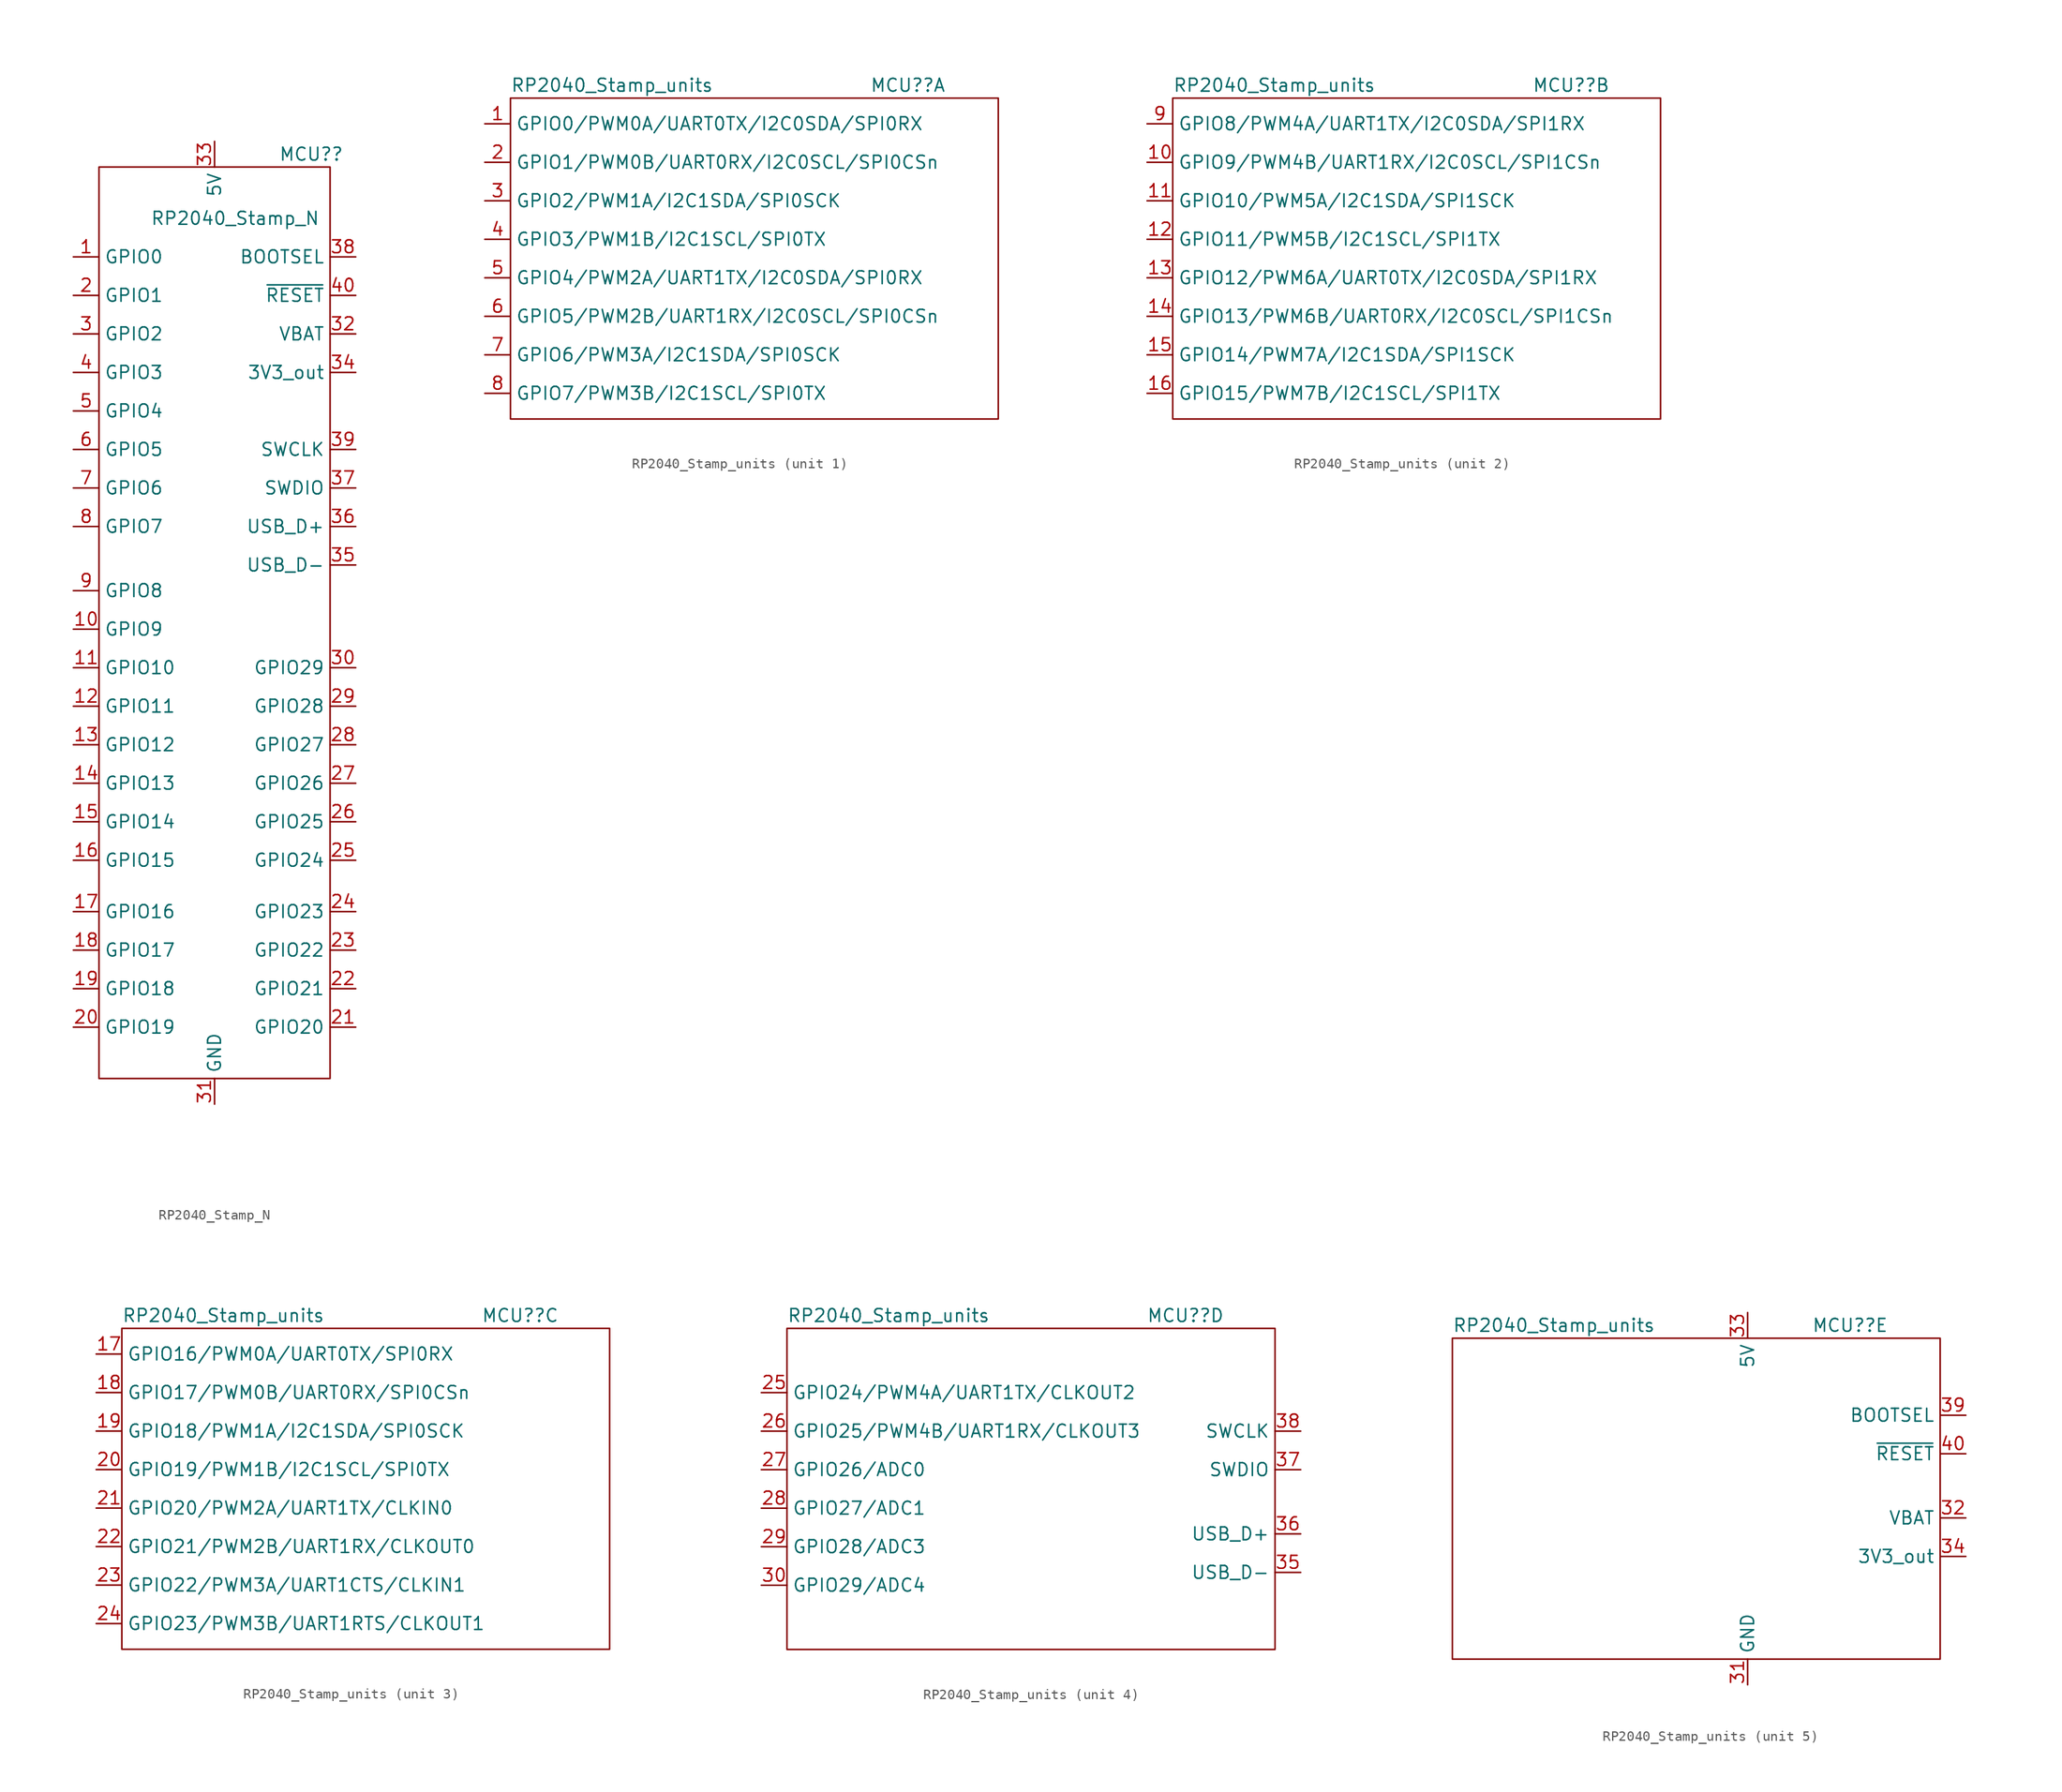
<source format=kicad_sym>
(kicad_symbol_lib
  (version 20201005)
  (generator kicad_symbol_editor)
  (symbol "SP_RP2040_Stamp:RP2040_Stamp_N"
    (property "Reference" "MCU?"
      (at 6.35 40.64 0)
      (effects (font (size 1.27 1.27)) (justify left)))
    (property "Value" "RP2040_Stamp_N"
      (at -6.35 34.29 0)
      (effects (font (size 1.27 1.27)) (justify left)))
    (symbol "RP2040_Stamp_N_0_1"
      (rectangle (start -11.43 39.37) (end 11.43 -50.8) (stroke (width 0.152)) (fill (type none))))
    (symbol "RP2040_Stamp_N_1_1"
      (pin bidirectional line (at -13.97 30.48 0) (length 2.54) (name "GPIO0" (effects (font (size 1.27 1.27)))) (number "1" (effects (font (size 1.27 1.27)))))
      (pin bidirectional line (at -13.97 -6.35 0) (length 2.54) (name "GPIO9" (effects (font (size 1.27 1.27)))) (number "10" (effects (font (size 1.27 1.27)))))
      (pin bidirectional line (at -13.97 -10.16 0) (length 2.54) (name "GPIO10" (effects (font (size 1.27 1.27)))) (number "11" (effects (font (size 1.27 1.27)))))
      (pin bidirectional line (at -13.97 -13.97 0) (length 2.54) (name "GPIO11" (effects (font (size 1.27 1.27)))) (number "12" (effects (font (size 1.27 1.27)))))
      (pin bidirectional line (at -13.97 -17.78 0) (length 2.54) (name "GPIO12" (effects (font (size 1.27 1.27)))) (number "13" (effects (font (size 1.27 1.27)))))
      (pin bidirectional line (at -13.97 -21.59 0) (length 2.54) (name "GPIO13" (effects (font (size 1.27 1.27)))) (number "14" (effects (font (size 1.27 1.27)))))
      (pin bidirectional line (at -13.97 -25.4 0) (length 2.54) (name "GPIO14" (effects (font (size 1.27 1.27)))) (number "15" (effects (font (size 1.27 1.27)))))
      (pin bidirectional line (at -13.97 -29.21 0) (length 2.54) (name "GPIO15" (effects (font (size 1.27 1.27)))) (number "16" (effects (font (size 1.27 1.27)))))
      (pin bidirectional line (at -13.97 -34.29 0) (length 2.54) (name "GPIO16" (effects (font (size 1.27 1.27)))) (number "17" (effects (font (size 1.27 1.27)))))
      (pin bidirectional line (at -13.97 -38.1 0) (length 2.54) (name "GPIO17" (effects (font (size 1.27 1.27)))) (number "18" (effects (font (size 1.27 1.27)))))
      (pin bidirectional line (at -13.97 -41.91 0) (length 2.54) (name "GPIO18" (effects (font (size 1.27 1.27)))) (number "19" (effects (font (size 1.27 1.27)))))
      (pin bidirectional line (at -13.97 26.67 0) (length 2.54) (name "GPIO1" (effects (font (size 1.27 1.27)))) (number "2" (effects (font (size 1.27 1.27)))))
      (pin bidirectional line (at -13.97 -45.72 0) (length 2.54) (name "GPIO19" (effects (font (size 1.27 1.27)))) (number "20" (effects (font (size 1.27 1.27)))))
      (pin bidirectional line (at 13.97 -45.72 180) (length 2.54) (name "GPIO20" (effects (font (size 1.27 1.27)))) (number "21" (effects (font (size 1.27 1.27)))))
      (pin bidirectional line (at 13.97 -41.91 180) (length 2.54) (name "GPIO21" (effects (font (size 1.27 1.27)))) (number "22" (effects (font (size 1.27 1.27)))))
      (pin bidirectional line (at 13.97 -38.1 180) (length 2.54) (name "GPIO22" (effects (font (size 1.27 1.27)))) (number "23" (effects (font (size 1.27 1.27)))))
      (pin bidirectional line (at 13.97 -34.29 180) (length 2.54) (name "GPIO23" (effects (font (size 1.27 1.27)))) (number "24" (effects (font (size 1.27 1.27)))))
      (pin bidirectional line (at 13.97 -29.21 180) (length 2.54) (name "GPIO24" (effects (font (size 1.27 1.27)))) (number "25" (effects (font (size 1.27 1.27)))))
      (pin bidirectional line (at 13.97 -25.4 180) (length 2.54) (name "GPIO25" (effects (font (size 1.27 1.27)))) (number "26" (effects (font (size 1.27 1.27)))))
      (pin bidirectional line (at 13.97 -21.59 180) (length 2.54) (name "GPIO26" (effects (font (size 1.27 1.27)))) (number "27" (effects (font (size 1.27 1.27)))))
      (pin bidirectional line (at 13.97 -17.78 180) (length 2.54) (name "GPIO27" (effects (font (size 1.27 1.27)))) (number "28" (effects (font (size 1.27 1.27)))))
      (pin bidirectional line (at 13.97 -13.97 180) (length 2.54) (name "GPIO28" (effects (font (size 1.27 1.27)))) (number "29" (effects (font (size 1.27 1.27)))))
      (pin bidirectional line (at -13.97 22.86 0) (length 2.54) (name "GPIO2" (effects (font (size 1.27 1.27)))) (number "3" (effects (font (size 1.27 1.27)))))
      (pin bidirectional line (at 13.97 -10.16 180) (length 2.54) (name "GPIO29" (effects (font (size 1.27 1.27)))) (number "30" (effects (font (size 1.27 1.27)))))
      (pin bidirectional line (at 0 -53.34 90) (length 2.54) (name "GND" (effects (font (size 1.27 1.27)))) (number "31" (effects (font (size 1.27 1.27)))))
      (pin power_in line (at 13.97 22.86 180) (length 2.54) (name "VBAT" (effects (font (size 1.27 1.27)))) (number "32" (effects (font (size 1.27 1.27)))))
      (pin power_in line (at 0 41.91 270) (length 2.54) (name "5V" (effects (font (size 1.27 1.27)))) (number "33" (effects (font (size 1.27 1.27)))))
      (pin power_out line (at 13.97 19.05 180) (length 2.54) (name "3V3_out" (effects (font (size 1.27 1.27)))) (number "34" (effects (font (size 1.27 1.27)))))
      (pin bidirectional line (at 13.97 0 180) (length 2.54) (name "USB_D-" (effects (font (size 1.27 1.27)))) (number "35" (effects (font (size 1.27 1.27)))))
      (pin bidirectional line (at 13.97 3.81 180) (length 2.54) (name "USB_D+" (effects (font (size 1.27 1.27)))) (number "36" (effects (font (size 1.27 1.27)))))
      (pin bidirectional line (at 13.97 7.62 180) (length 2.54) (name "SWDIO" (effects (font (size 1.27 1.27)))) (number "37" (effects (font (size 1.27 1.27)))))
      (pin input line (at 13.97 30.48 180) (length 2.54) (name "BOOTSEL" (effects (font (size 1.27 1.27)))) (number "38" (effects (font (size 1.27 1.27)))))
      (pin bidirectional line (at 13.97 11.43 180) (length 2.54) (name "SWCLK" (effects (font (size 1.27 1.27)))) (number "39" (effects (font (size 1.27 1.27)))))
      (pin bidirectional line (at -13.97 19.05 0) (length 2.54) (name "GPIO3" (effects (font (size 1.27 1.27)))) (number "4" (effects (font (size 1.27 1.27)))))
      (pin bidirectional line (at 13.97 26.67 180) (length 2.54) (name "~RESET" (effects (font (size 1.27 1.27)))) (number "40" (effects (font (size 1.27 1.27)))))
      (pin bidirectional line (at -13.97 15.24 0) (length 2.54) (name "GPIO4" (effects (font (size 1.27 1.27)))) (number "5" (effects (font (size 1.27 1.27)))))
      (pin bidirectional line (at -13.97 11.43 0) (length 2.54) (name "GPIO5" (effects (font (size 1.27 1.27)))) (number "6" (effects (font (size 1.27 1.27)))))
      (pin bidirectional line (at -13.97 7.62 0) (length 2.54) (name "GPIO6" (effects (font (size 1.27 1.27)))) (number "7" (effects (font (size 1.27 1.27)))))
      (pin bidirectional line (at -13.97 3.81 0) (length 2.54) (name "GPIO7" (effects (font (size 1.27 1.27)))) (number "8" (effects (font (size 1.27 1.27)))))
      (pin bidirectional line (at -13.97 -2.54 0) (length 2.54) (name "GPIO8" (effects (font (size 1.27 1.27)))) (number "9" (effects (font (size 1.27 1.27)))))))
  (symbol "SP_RP2040_Stamp:RP2040_Stamp_units"
    (property "Reference" "MCU?"
      (at 6.35 15.24 0)
      (effects (font (size 1.27 1.27)) (justify left)))
    (property "Value" "RP2040_Stamp_units"
      (at -29.21 15.24 0)
      (effects (font (size 1.27 1.27)) (justify left)))
    (property "ki_locked" ""
      (at 0 0 0)
      (effects (font (size 1.27 1.27))))
    (symbol "RP2040_Stamp_units_0_1"
      (rectangle (start -29.21 13.97) (end 19.05 -17.78) (stroke (width 0.152)) (fill (type none))))
    (symbol "RP2040_Stamp_units_1_1"
      (pin bidirectional line (at -31.75 11.43 0) (length 2.54) (name "GPIO0/PWM0A/UART0TX/I2C0SDA/SPI0RX" (effects (font (size 1.27 1.27)))) (number "1" (effects (font (size 1.27 1.27)))))
      (pin bidirectional line (at -31.75 7.62 0) (length 2.54) (name "GPIO1/PWM0B/UART0RX/I2C0SCL/SPI0CSn" (effects (font (size 1.27 1.27)))) (number "2" (effects (font (size 1.27 1.27)))))
      (pin bidirectional line (at -31.75 3.81 0) (length 2.54) (name "GPIO2/PWM1A/I2C1SDA/SPI0SCK" (effects (font (size 1.27 1.27)))) (number "3" (effects (font (size 1.27 1.27)))))
      (pin bidirectional line (at -31.75 0 0) (length 2.54) (name "GPIO3/PWM1B/I2C1SCL/SPI0TX" (effects (font (size 1.27 1.27)))) (number "4" (effects (font (size 1.27 1.27)))))
      (pin bidirectional line (at -31.75 -3.81 0) (length 2.54) (name "GPIO4/PWM2A/UART1TX/I2C0SDA/SPI0RX" (effects (font (size 1.27 1.27)))) (number "5" (effects (font (size 1.27 1.27)))))
      (pin bidirectional line (at -31.75 -7.62 0) (length 2.54) (name "GPIO5/PWM2B/UART1RX/I2C0SCL/SPI0CSn" (effects (font (size 1.27 1.27)))) (number "6" (effects (font (size 1.27 1.27)))))
      (pin bidirectional line (at -31.75 -11.43 0) (length 2.54) (name "GPIO6/PWM3A/I2C1SDA/SPI0SCK" (effects (font (size 1.27 1.27)))) (number "7" (effects (font (size 1.27 1.27)))))
      (pin bidirectional line (at -31.75 -15.24 0) (length 2.54) (name "GPIO7/PWM3B/I2C1SCL/SPI0TX" (effects (font (size 1.27 1.27)))) (number "8" (effects (font (size 1.27 1.27))))))
    (symbol "RP2040_Stamp_units_2_1"
      (pin bidirectional line (at -31.75 7.62 0) (length 2.54) (name "GPIO9/PWM4B/UART1RX/I2C0SCL/SPI1CSn" (effects (font (size 1.27 1.27)))) (number "10" (effects (font (size 1.27 1.27)))))
      (pin bidirectional line (at -31.75 3.81 0) (length 2.54) (name "GPIO10/PWM5A/I2C1SDA/SPI1SCK" (effects (font (size 1.27 1.27)))) (number "11" (effects (font (size 1.27 1.27)))))
      (pin bidirectional line (at -31.75 0 0) (length 2.54) (name "GPIO11/PWM5B/I2C1SCL/SPI1TX" (effects (font (size 1.27 1.27)))) (number "12" (effects (font (size 1.27 1.27)))))
      (pin bidirectional line (at -31.75 -3.81 0) (length 2.54) (name "GPIO12/PWM6A/UART0TX/I2C0SDA/SPI1RX" (effects (font (size 1.27 1.27)))) (number "13" (effects (font (size 1.27 1.27)))))
      (pin bidirectional line (at -31.75 -7.62 0) (length 2.54) (name "GPIO13/PWM6B/UART0RX/I2C0SCL/SPI1CSn" (effects (font (size 1.27 1.27)))) (number "14" (effects (font (size 1.27 1.27)))))
      (pin bidirectional line (at -31.75 -11.43 0) (length 2.54) (name "GPIO14/PWM7A/I2C1SDA/SPI1SCK" (effects (font (size 1.27 1.27)))) (number "15" (effects (font (size 1.27 1.27)))))
      (pin bidirectional line (at -31.75 -15.24 0) (length 2.54) (name "GPIO15/PWM7B/I2C1SCL/SPI1TX" (effects (font (size 1.27 1.27)))) (number "16" (effects (font (size 1.27 1.27)))))
      (pin bidirectional line (at -31.75 11.43 0) (length 2.54) (name "GPIO8/PWM4A/UART1TX/I2C0SDA/SPI1RX" (effects (font (size 1.27 1.27)))) (number "9" (effects (font (size 1.27 1.27))))))
    (symbol "RP2040_Stamp_units_3_1"
      (pin bidirectional line (at -31.75 11.43 0) (length 2.54) (name "GPIO16/PWM0A/UART0TX/SPI0RX" (effects (font (size 1.27 1.27)))) (number "17" (effects (font (size 1.27 1.27)))))
      (pin bidirectional line (at -31.75 7.62 0) (length 2.54) (name "GPIO17/PWM0B/UART0RX/SPI0CSn" (effects (font (size 1.27 1.27)))) (number "18" (effects (font (size 1.27 1.27)))))
      (pin bidirectional line (at -31.75 3.81 0) (length 2.54) (name "GPIO18/PWM1A/I2C1SDA/SPI0SCK" (effects (font (size 1.27 1.27)))) (number "19" (effects (font (size 1.27 1.27)))))
      (pin bidirectional line (at -31.75 0 0) (length 2.54) (name "GPIO19/PWM1B/I2C1SCL/SPI0TX" (effects (font (size 1.27 1.27)))) (number "20" (effects (font (size 1.27 1.27)))))
      (pin bidirectional line (at -31.75 -3.81 0) (length 2.54) (name "GPIO20/PWM2A/UART1TX/CLKIN0" (effects (font (size 1.27 1.27)))) (number "21" (effects (font (size 1.27 1.27)))))
      (pin bidirectional line (at -31.75 -7.62 0) (length 2.54) (name "GPIO21/PWM2B/UART1RX/CLKOUT0" (effects (font (size 1.27 1.27)))) (number "22" (effects (font (size 1.27 1.27)))))
      (pin bidirectional line (at -31.75 -11.43 0) (length 2.54) (name "GPIO22/PWM3A/UART1CTS/CLKIN1" (effects (font (size 1.27 1.27)))) (number "23" (effects (font (size 1.27 1.27)))))
      (pin bidirectional line (at -31.75 -15.24 0) (length 2.54) (name "GPIO23/PWM3B/UART1RTS/CLKOUT1" (effects (font (size 1.27 1.27)))) (number "24" (effects (font (size 1.27 1.27))))))
    (symbol "RP2040_Stamp_units_4_1"
      (pin bidirectional line (at -31.75 7.62 0) (length 2.54) (name "GPIO24/PWM4A/UART1TX/CLKOUT2" (effects (font (size 1.27 1.27)))) (number "25" (effects (font (size 1.27 1.27)))))
      (pin bidirectional line (at -31.75 3.81 0) (length 2.54) (name "GPIO25/PWM4B/UART1RX/CLKOUT3" (effects (font (size 1.27 1.27)))) (number "26" (effects (font (size 1.27 1.27)))))
      (pin bidirectional line (at -31.75 0 0) (length 2.54) (name "GPIO26/ADC0" (effects (font (size 1.27 1.27)))) (number "27" (effects (font (size 1.27 1.27)))))
      (pin bidirectional line (at -31.75 -3.81 0) (length 2.54) (name "GPIO27/ADC1" (effects (font (size 1.27 1.27)))) (number "28" (effects (font (size 1.27 1.27)))))
      (pin bidirectional line (at -31.75 -7.62 0) (length 2.54) (name "GPIO28/ADC3" (effects (font (size 1.27 1.27)))) (number "29" (effects (font (size 1.27 1.27)))))
      (pin bidirectional line (at -31.75 -11.43 0) (length 2.54) (name "GPIO29/ADC4" (effects (font (size 1.27 1.27)))) (number "30" (effects (font (size 1.27 1.27)))))
      (pin bidirectional line (at 21.59 -10.16 180) (length 2.54) (name "USB_D-" (effects (font (size 1.27 1.27)))) (number "35" (effects (font (size 1.27 1.27)))))
      (pin bidirectional line (at 21.59 -6.35 180) (length 2.54) (name "USB_D+" (effects (font (size 1.27 1.27)))) (number "36" (effects (font (size 1.27 1.27)))))
      (pin bidirectional line (at 21.59 0 180) (length 2.54) (name "SWDIO" (effects (font (size 1.27 1.27)))) (number "37" (effects (font (size 1.27 1.27)))))
      (pin bidirectional line (at 21.59 3.81 180) (length 2.54) (name "SWCLK" (effects (font (size 1.27 1.27)))) (number "38" (effects (font (size 1.27 1.27))))))
    (symbol "RP2040_Stamp_units_5_1"
      (pin bidirectional line (at 0 -20.32 90) (length 2.54) (name "GND" (effects (font (size 1.27 1.27)))) (number "31" (effects (font (size 1.27 1.27)))))
      (pin power_in line (at 21.59 -3.81 180) (length 2.54) (name "VBAT" (effects (font (size 1.27 1.27)))) (number "32" (effects (font (size 1.27 1.27)))))
      (pin power_in line (at 0 16.51 270) (length 2.54) (name "5V" (effects (font (size 1.27 1.27)))) (number "33" (effects (font (size 1.27 1.27)))))
      (pin power_out line (at 21.59 -7.62 180) (length 2.54) (name "3V3_out" (effects (font (size 1.27 1.27)))) (number "34" (effects (font (size 1.27 1.27)))))
      (pin input line (at 21.59 6.35 180) (length 2.54) (name "BOOTSEL" (effects (font (size 1.27 1.27)))) (number "39" (effects (font (size 1.27 1.27)))))
      (pin bidirectional line (at 21.59 2.54 180) (length 2.54) (name "~RESET" (effects (font (size 1.27 1.27)))) (number "40" (effects (font (size 1.27 1.27))))))))
</source>
